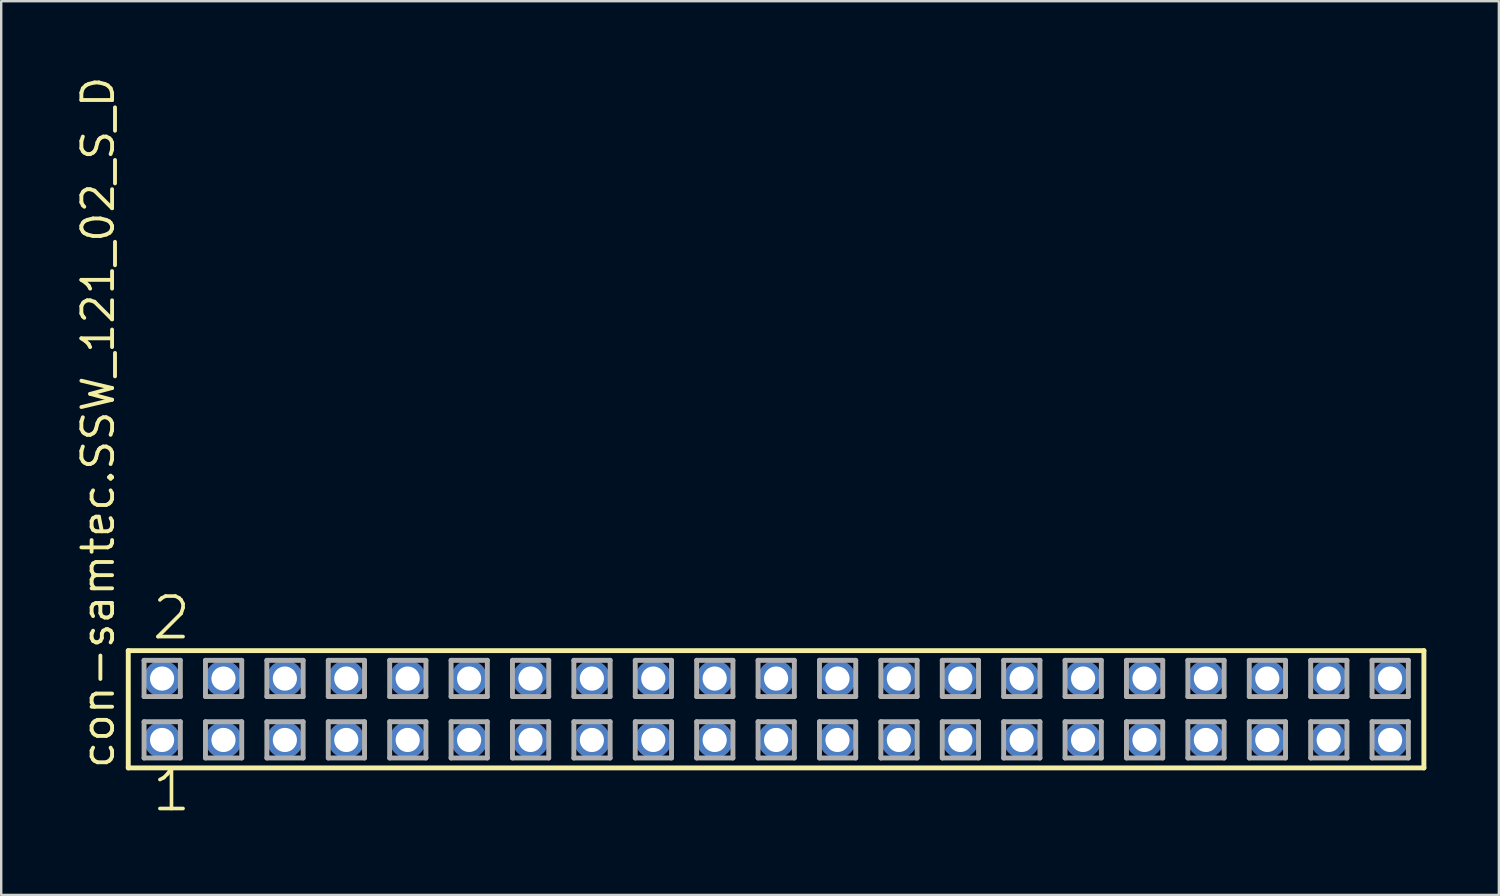
<source format=kicad_pcb>
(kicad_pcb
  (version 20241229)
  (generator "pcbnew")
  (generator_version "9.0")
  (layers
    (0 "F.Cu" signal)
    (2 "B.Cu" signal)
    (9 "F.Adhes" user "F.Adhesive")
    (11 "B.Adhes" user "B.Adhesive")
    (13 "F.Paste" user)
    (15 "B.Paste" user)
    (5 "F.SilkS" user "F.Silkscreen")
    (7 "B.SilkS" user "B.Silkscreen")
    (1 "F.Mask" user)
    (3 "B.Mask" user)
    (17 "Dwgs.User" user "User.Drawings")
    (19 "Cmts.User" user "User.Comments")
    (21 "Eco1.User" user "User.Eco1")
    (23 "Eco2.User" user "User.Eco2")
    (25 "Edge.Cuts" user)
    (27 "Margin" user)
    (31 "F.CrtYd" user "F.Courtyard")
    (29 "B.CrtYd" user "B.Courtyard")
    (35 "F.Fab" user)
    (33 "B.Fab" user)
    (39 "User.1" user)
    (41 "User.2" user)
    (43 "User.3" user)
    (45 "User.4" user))
  (footprint "con-samtec.SSW_121_02_S_D"
    (layer "F.Cu")
    (at 29.055 26.291)
    (property "Reference" "con-samtec.SSW_121_02_S_D" (at -27.305 2.54 90) (layer "F.SilkS") (effects (font (size 1.27 1.27) (thickness 0.16)) (justify left bottom)))
    (attr through_hole)
    (fp_line (start -26.799 -2.425) (end 26.799 -2.425) (stroke (width 0.203) (type default)) (layer "F.SilkS"))
    (fp_line (start -26.799 2.425) (end -26.799 -2.425) (stroke (width 0.203) (type default)) (layer "F.SilkS"))
    (fp_line (start 26.799 -2.425) (end 26.799 2.425) (stroke (width 0.203) (type default)) (layer "F.SilkS"))
    (fp_line (start 26.799 2.425) (end -26.799 2.425) (stroke (width 0.203) (type default)) (layer "F.SilkS"))
    (fp_line (start -26.145 -2.025) (end -24.645 -2.025) (stroke (width 0.203) (type default)) (layer "F.Fab"))
    (fp_line (start -26.145 -0.525) (end -26.145 -2.025) (stroke (width 0.203) (type default)) (layer "F.Fab"))
    (fp_line (start -26.145 0.515) (end -24.645 0.515) (stroke (width 0.203) (type default)) (layer "F.Fab"))
    (fp_line (start -26.145 2.015) (end -26.145 0.515) (stroke (width 0.203) (type default)) (layer "F.Fab"))
    (fp_line (start -24.645 -2.025) (end -24.645 -0.525) (stroke (width 0.203) (type default)) (layer "F.Fab"))
    (fp_line (start -24.645 -0.525) (end -26.145 -0.525) (stroke (width 0.203) (type default)) (layer "F.Fab"))
    (fp_line (start -24.645 0.515) (end -24.645 2.015) (stroke (width 0.203) (type default)) (layer "F.Fab"))
    (fp_line (start -24.645 2.015) (end -26.145 2.015) (stroke (width 0.203) (type default)) (layer "F.Fab"))
    (fp_line (start -23.605 -2.025) (end -22.105 -2.025) (stroke (width 0.203) (type default)) (layer "F.Fab"))
    (fp_line (start -23.605 -0.525) (end -23.605 -2.025) (stroke (width 0.203) (type default)) (layer "F.Fab"))
    (fp_line (start -23.605 0.515) (end -22.105 0.515) (stroke (width 0.203) (type default)) (layer "F.Fab"))
    (fp_line (start -23.605 2.015) (end -23.605 0.515) (stroke (width 0.203) (type default)) (layer "F.Fab"))
    (fp_line (start -22.105 -2.025) (end -22.105 -0.525) (stroke (width 0.203) (type default)) (layer "F.Fab"))
    (fp_line (start -22.105 -0.525) (end -23.605 -0.525) (stroke (width 0.203) (type default)) (layer "F.Fab"))
    (fp_line (start -22.105 0.515) (end -22.105 2.015) (stroke (width 0.203) (type default)) (layer "F.Fab"))
    (fp_line (start -22.105 2.015) (end -23.605 2.015) (stroke (width 0.203) (type default)) (layer "F.Fab"))
    (fp_line (start -21.065 -2.025) (end -19.565 -2.025) (stroke (width 0.203) (type default)) (layer "F.Fab"))
    (fp_line (start -21.065 -0.525) (end -21.065 -2.025) (stroke (width 0.203) (type default)) (layer "F.Fab"))
    (fp_line (start -21.065 0.515) (end -19.565 0.515) (stroke (width 0.203) (type default)) (layer "F.Fab"))
    (fp_line (start -21.065 2.015) (end -21.065 0.515) (stroke (width 0.203) (type default)) (layer "F.Fab"))
    (fp_line (start -19.565 -2.025) (end -19.565 -0.525) (stroke (width 0.203) (type default)) (layer "F.Fab"))
    (fp_line (start -19.565 -0.525) (end -21.065 -0.525) (stroke (width 0.203) (type default)) (layer "F.Fab"))
    (fp_line (start -19.565 0.515) (end -19.565 2.015) (stroke (width 0.203) (type default)) (layer "F.Fab"))
    (fp_line (start -19.565 2.015) (end -21.065 2.015) (stroke (width 0.203) (type default)) (layer "F.Fab"))
    (fp_line (start -18.525 -2.025) (end -17.025 -2.025) (stroke (width 0.203) (type default)) (layer "F.Fab"))
    (fp_line (start -18.525 -0.525) (end -18.525 -2.025) (stroke (width 0.203) (type default)) (layer "F.Fab"))
    (fp_line (start -18.525 0.515) (end -17.025 0.515) (stroke (width 0.203) (type default)) (layer "F.Fab"))
    (fp_line (start -18.525 2.015) (end -18.525 0.515) (stroke (width 0.203) (type default)) (layer "F.Fab"))
    (fp_line (start -17.025 -2.025) (end -17.025 -0.525) (stroke (width 0.203) (type default)) (layer "F.Fab"))
    (fp_line (start -17.025 -0.525) (end -18.525 -0.525) (stroke (width 0.203) (type default)) (layer "F.Fab"))
    (fp_line (start -17.025 0.515) (end -17.025 2.015) (stroke (width 0.203) (type default)) (layer "F.Fab"))
    (fp_line (start -17.025 2.015) (end -18.525 2.015) (stroke (width 0.203) (type default)) (layer "F.Fab"))
    (fp_line (start -15.985 -2.025) (end -14.485 -2.025) (stroke (width 0.203) (type default)) (layer "F.Fab"))
    (fp_line (start -15.985 -0.525) (end -15.985 -2.025) (stroke (width 0.203) (type default)) (layer "F.Fab"))
    (fp_line (start -15.985 0.515) (end -14.485 0.515) (stroke (width 0.203) (type default)) (layer "F.Fab"))
    (fp_line (start -15.985 2.015) (end -15.985 0.515) (stroke (width 0.203) (type default)) (layer "F.Fab"))
    (fp_line (start -14.485 -2.025) (end -14.485 -0.525) (stroke (width 0.203) (type default)) (layer "F.Fab"))
    (fp_line (start -14.485 -0.525) (end -15.985 -0.525) (stroke (width 0.203) (type default)) (layer "F.Fab"))
    (fp_line (start -14.485 0.515) (end -14.485 2.015) (stroke (width 0.203) (type default)) (layer "F.Fab"))
    (fp_line (start -14.485 2.015) (end -15.985 2.015) (stroke (width 0.203) (type default)) (layer "F.Fab"))
    (fp_line (start -13.445 -2.025) (end -11.945 -2.025) (stroke (width 0.203) (type default)) (layer "F.Fab"))
    (fp_line (start -13.445 -0.525) (end -13.445 -2.025) (stroke (width 0.203) (type default)) (layer "F.Fab"))
    (fp_line (start -13.445 0.515) (end -11.945 0.515) (stroke (width 0.203) (type default)) (layer "F.Fab"))
    (fp_line (start -13.445 2.015) (end -13.445 0.515) (stroke (width 0.203) (type default)) (layer "F.Fab"))
    (fp_line (start -11.945 -2.025) (end -11.945 -0.525) (stroke (width 0.203) (type default)) (layer "F.Fab"))
    (fp_line (start -11.945 -0.525) (end -13.445 -0.525) (stroke (width 0.203) (type default)) (layer "F.Fab"))
    (fp_line (start -11.945 0.515) (end -11.945 2.015) (stroke (width 0.203) (type default)) (layer "F.Fab"))
    (fp_line (start -11.945 2.015) (end -13.445 2.015) (stroke (width 0.203) (type default)) (layer "F.Fab"))
    (fp_line (start -10.905 -2.025) (end -9.405 -2.025) (stroke (width 0.203) (type default)) (layer "F.Fab"))
    (fp_line (start -10.905 -0.525) (end -10.905 -2.025) (stroke (width 0.203) (type default)) (layer "F.Fab"))
    (fp_line (start -10.905 0.515) (end -9.405 0.515) (stroke (width 0.203) (type default)) (layer "F.Fab"))
    (fp_line (start -10.905 2.015) (end -10.905 0.515) (stroke (width 0.203) (type default)) (layer "F.Fab"))
    (fp_line (start -9.405 -2.025) (end -9.405 -0.525) (stroke (width 0.203) (type default)) (layer "F.Fab"))
    (fp_line (start -9.405 -0.525) (end -10.905 -0.525) (stroke (width 0.203) (type default)) (layer "F.Fab"))
    (fp_line (start -9.405 0.515) (end -9.405 2.015) (stroke (width 0.203) (type default)) (layer "F.Fab"))
    (fp_line (start -9.405 2.015) (end -10.905 2.015) (stroke (width 0.203) (type default)) (layer "F.Fab"))
    (fp_line (start -8.365 -2.025) (end -6.865 -2.025) (stroke (width 0.203) (type default)) (layer "F.Fab"))
    (fp_line (start -8.365 -0.525) (end -8.365 -2.025) (stroke (width 0.203) (type default)) (layer "F.Fab"))
    (fp_line (start -8.365 0.515) (end -6.865 0.515) (stroke (width 0.203) (type default)) (layer "F.Fab"))
    (fp_line (start -8.365 2.015) (end -8.365 0.515) (stroke (width 0.203) (type default)) (layer "F.Fab"))
    (fp_line (start -6.865 -2.025) (end -6.865 -0.525) (stroke (width 0.203) (type default)) (layer "F.Fab"))
    (fp_line (start -6.865 -0.525) (end -8.365 -0.525) (stroke (width 0.203) (type default)) (layer "F.Fab"))
    (fp_line (start -6.865 0.515) (end -6.865 2.015) (stroke (width 0.203) (type default)) (layer "F.Fab"))
    (fp_line (start -6.865 2.015) (end -8.365 2.015) (stroke (width 0.203) (type default)) (layer "F.Fab"))
    (fp_line (start -5.825 -2.025) (end -4.325 -2.025) (stroke (width 0.203) (type default)) (layer "F.Fab"))
    (fp_line (start -5.825 -0.525) (end -5.825 -2.025) (stroke (width 0.203) (type default)) (layer "F.Fab"))
    (fp_line (start -5.825 0.515) (end -4.325 0.515) (stroke (width 0.203) (type default)) (layer "F.Fab"))
    (fp_line (start -5.825 2.015) (end -5.825 0.515) (stroke (width 0.203) (type default)) (layer "F.Fab"))
    (fp_line (start -4.325 -2.025) (end -4.325 -0.525) (stroke (width 0.203) (type default)) (layer "F.Fab"))
    (fp_line (start -4.325 -0.525) (end -5.825 -0.525) (stroke (width 0.203) (type default)) (layer "F.Fab"))
    (fp_line (start -4.325 0.515) (end -4.325 2.015) (stroke (width 0.203) (type default)) (layer "F.Fab"))
    (fp_line (start -4.325 2.015) (end -5.825 2.015) (stroke (width 0.203) (type default)) (layer "F.Fab"))
    (fp_line (start -3.285 -2.025) (end -1.785 -2.025) (stroke (width 0.203) (type default)) (layer "F.Fab"))
    (fp_line (start -3.285 -0.525) (end -3.285 -2.025) (stroke (width 0.203) (type default)) (layer "F.Fab"))
    (fp_line (start -3.285 0.515) (end -1.785 0.515) (stroke (width 0.203) (type default)) (layer "F.Fab"))
    (fp_line (start -3.285 2.015) (end -3.285 0.515) (stroke (width 0.203) (type default)) (layer "F.Fab"))
    (fp_line (start -1.785 -2.025) (end -1.785 -0.525) (stroke (width 0.203) (type default)) (layer "F.Fab"))
    (fp_line (start -1.785 -0.525) (end -3.285 -0.525) (stroke (width 0.203) (type default)) (layer "F.Fab"))
    (fp_line (start -1.785 0.515) (end -1.785 2.015) (stroke (width 0.203) (type default)) (layer "F.Fab"))
    (fp_line (start -1.785 2.015) (end -3.285 2.015) (stroke (width 0.203) (type default)) (layer "F.Fab"))
    (fp_line (start -0.745 -2.025) (end 0.755 -2.025) (stroke (width 0.203) (type default)) (layer "F.Fab"))
    (fp_line (start -0.745 -0.525) (end -0.745 -2.025) (stroke (width 0.203) (type default)) (layer "F.Fab"))
    (fp_line (start -0.745 0.515) (end 0.755 0.515) (stroke (width 0.203) (type default)) (layer "F.Fab"))
    (fp_line (start -0.745 2.015) (end -0.745 0.515) (stroke (width 0.203) (type default)) (layer "F.Fab"))
    (fp_line (start 0.755 -2.025) (end 0.755 -0.525) (stroke (width 0.203) (type default)) (layer "F.Fab"))
    (fp_line (start 0.755 -0.525) (end -0.745 -0.525) (stroke (width 0.203) (type default)) (layer "F.Fab"))
    (fp_line (start 0.755 0.515) (end 0.755 2.015) (stroke (width 0.203) (type default)) (layer "F.Fab"))
    (fp_line (start 0.755 2.015) (end -0.745 2.015) (stroke (width 0.203) (type default)) (layer "F.Fab"))
    (fp_line (start 1.795 -2.025) (end 3.295 -2.025) (stroke (width 0.203) (type default)) (layer "F.Fab"))
    (fp_line (start 1.795 -0.525) (end 1.795 -2.025) (stroke (width 0.203) (type default)) (layer "F.Fab"))
    (fp_line (start 1.795 0.515) (end 3.295 0.515) (stroke (width 0.203) (type default)) (layer "F.Fab"))
    (fp_line (start 1.795 2.015) (end 1.795 0.515) (stroke (width 0.203) (type default)) (layer "F.Fab"))
    (fp_line (start 3.295 -2.025) (end 3.295 -0.525) (stroke (width 0.203) (type default)) (layer "F.Fab"))
    (fp_line (start 3.295 -0.525) (end 1.795 -0.525) (stroke (width 0.203) (type default)) (layer "F.Fab"))
    (fp_line (start 3.295 0.515) (end 3.295 2.015) (stroke (width 0.203) (type default)) (layer "F.Fab"))
    (fp_line (start 3.295 2.015) (end 1.795 2.015) (stroke (width 0.203) (type default)) (layer "F.Fab"))
    (fp_line (start 4.335 -2.025) (end 5.835 -2.025) (stroke (width 0.203) (type default)) (layer "F.Fab"))
    (fp_line (start 4.335 -0.525) (end 4.335 -2.025) (stroke (width 0.203) (type default)) (layer "F.Fab"))
    (fp_line (start 4.335 0.515) (end 5.835 0.515) (stroke (width 0.203) (type default)) (layer "F.Fab"))
    (fp_line (start 4.335 2.015) (end 4.335 0.515) (stroke (width 0.203) (type default)) (layer "F.Fab"))
    (fp_line (start 5.835 -2.025) (end 5.835 -0.525) (stroke (width 0.203) (type default)) (layer "F.Fab"))
    (fp_line (start 5.835 -0.525) (end 4.335 -0.525) (stroke (width 0.203) (type default)) (layer "F.Fab"))
    (fp_line (start 5.835 0.515) (end 5.835 2.015) (stroke (width 0.203) (type default)) (layer "F.Fab"))
    (fp_line (start 5.835 2.015) (end 4.335 2.015) (stroke (width 0.203) (type default)) (layer "F.Fab"))
    (fp_line (start 6.875 -2.025) (end 8.375 -2.025) (stroke (width 0.203) (type default)) (layer "F.Fab"))
    (fp_line (start 6.875 -0.525) (end 6.875 -2.025) (stroke (width 0.203) (type default)) (layer "F.Fab"))
    (fp_line (start 6.875 0.515) (end 8.375 0.515) (stroke (width 0.203) (type default)) (layer "F.Fab"))
    (fp_line (start 6.875 2.015) (end 6.875 0.515) (stroke (width 0.203) (type default)) (layer "F.Fab"))
    (fp_line (start 8.375 -2.025) (end 8.375 -0.525) (stroke (width 0.203) (type default)) (layer "F.Fab"))
    (fp_line (start 8.375 -0.525) (end 6.875 -0.525) (stroke (width 0.203) (type default)) (layer "F.Fab"))
    (fp_line (start 8.375 0.515) (end 8.375 2.015) (stroke (width 0.203) (type default)) (layer "F.Fab"))
    (fp_line (start 8.375 2.015) (end 6.875 2.015) (stroke (width 0.203) (type default)) (layer "F.Fab"))
    (fp_line (start 9.415 -2.025) (end 10.915 -2.025) (stroke (width 0.203) (type default)) (layer "F.Fab"))
    (fp_line (start 9.415 -0.525) (end 9.415 -2.025) (stroke (width 0.203) (type default)) (layer "F.Fab"))
    (fp_line (start 9.415 0.515) (end 10.915 0.515) (stroke (width 0.203) (type default)) (layer "F.Fab"))
    (fp_line (start 9.415 2.015) (end 9.415 0.515) (stroke (width 0.203) (type default)) (layer "F.Fab"))
    (fp_line (start 10.915 -2.025) (end 10.915 -0.525) (stroke (width 0.203) (type default)) (layer "F.Fab"))
    (fp_line (start 10.915 -0.525) (end 9.415 -0.525) (stroke (width 0.203) (type default)) (layer "F.Fab"))
    (fp_line (start 10.915 0.515) (end 10.915 2.015) (stroke (width 0.203) (type default)) (layer "F.Fab"))
    (fp_line (start 10.915 2.015) (end 9.415 2.015) (stroke (width 0.203) (type default)) (layer "F.Fab"))
    (fp_line (start 11.955 -2.025) (end 13.455 -2.025) (stroke (width 0.203) (type default)) (layer "F.Fab"))
    (fp_line (start 11.955 -0.525) (end 11.955 -2.025) (stroke (width 0.203) (type default)) (layer "F.Fab"))
    (fp_line (start 11.955 0.515) (end 13.455 0.515) (stroke (width 0.203) (type default)) (layer "F.Fab"))
    (fp_line (start 11.955 2.015) (end 11.955 0.515) (stroke (width 0.203) (type default)) (layer "F.Fab"))
    (fp_line (start 13.455 -2.025) (end 13.455 -0.525) (stroke (width 0.203) (type default)) (layer "F.Fab"))
    (fp_line (start 13.455 -0.525) (end 11.955 -0.525) (stroke (width 0.203) (type default)) (layer "F.Fab"))
    (fp_line (start 13.455 0.515) (end 13.455 2.015) (stroke (width 0.203) (type default)) (layer "F.Fab"))
    (fp_line (start 13.455 2.015) (end 11.955 2.015) (stroke (width 0.203) (type default)) (layer "F.Fab"))
    (fp_line (start 14.495 -2.025) (end 15.995 -2.025) (stroke (width 0.203) (type default)) (layer "F.Fab"))
    (fp_line (start 14.495 -0.525) (end 14.495 -2.025) (stroke (width 0.203) (type default)) (layer "F.Fab"))
    (fp_line (start 14.495 0.515) (end 15.995 0.515) (stroke (width 0.203) (type default)) (layer "F.Fab"))
    (fp_line (start 14.495 2.015) (end 14.495 0.515) (stroke (width 0.203) (type default)) (layer "F.Fab"))
    (fp_line (start 15.995 -2.025) (end 15.995 -0.525) (stroke (width 0.203) (type default)) (layer "F.Fab"))
    (fp_line (start 15.995 -0.525) (end 14.495 -0.525) (stroke (width 0.203) (type default)) (layer "F.Fab"))
    (fp_line (start 15.995 0.515) (end 15.995 2.015) (stroke (width 0.203) (type default)) (layer "F.Fab"))
    (fp_line (start 15.995 2.015) (end 14.495 2.015) (stroke (width 0.203) (type default)) (layer "F.Fab"))
    (fp_line (start 17.035 -2.025) (end 18.535 -2.025) (stroke (width 0.203) (type default)) (layer "F.Fab"))
    (fp_line (start 17.035 -0.525) (end 17.035 -2.025) (stroke (width 0.203) (type default)) (layer "F.Fab"))
    (fp_line (start 17.035 0.515) (end 18.535 0.515) (stroke (width 0.203) (type default)) (layer "F.Fab"))
    (fp_line (start 17.035 2.015) (end 17.035 0.515) (stroke (width 0.203) (type default)) (layer "F.Fab"))
    (fp_line (start 18.535 -2.025) (end 18.535 -0.525) (stroke (width 0.203) (type default)) (layer "F.Fab"))
    (fp_line (start 18.535 -0.525) (end 17.035 -0.525) (stroke (width 0.203) (type default)) (layer "F.Fab"))
    (fp_line (start 18.535 0.515) (end 18.535 2.015) (stroke (width 0.203) (type default)) (layer "F.Fab"))
    (fp_line (start 18.535 2.015) (end 17.035 2.015) (stroke (width 0.203) (type default)) (layer "F.Fab"))
    (fp_line (start 19.575 -2.025) (end 21.075 -2.025) (stroke (width 0.203) (type default)) (layer "F.Fab"))
    (fp_line (start 19.575 -0.525) (end 19.575 -2.025) (stroke (width 0.203) (type default)) (layer "F.Fab"))
    (fp_line (start 19.575 0.515) (end 21.075 0.515) (stroke (width 0.203) (type default)) (layer "F.Fab"))
    (fp_line (start 19.575 2.015) (end 19.575 0.515) (stroke (width 0.203) (type default)) (layer "F.Fab"))
    (fp_line (start 21.075 -2.025) (end 21.075 -0.525) (stroke (width 0.203) (type default)) (layer "F.Fab"))
    (fp_line (start 21.075 -0.525) (end 19.575 -0.525) (stroke (width 0.203) (type default)) (layer "F.Fab"))
    (fp_line (start 21.075 0.515) (end 21.075 2.015) (stroke (width 0.203) (type default)) (layer "F.Fab"))
    (fp_line (start 21.075 2.015) (end 19.575 2.015) (stroke (width 0.203) (type default)) (layer "F.Fab"))
    (fp_line (start 22.115 -2.025) (end 23.615 -2.025) (stroke (width 0.203) (type default)) (layer "F.Fab"))
    (fp_line (start 22.115 -0.525) (end 22.115 -2.025) (stroke (width 0.203) (type default)) (layer "F.Fab"))
    (fp_line (start 22.115 0.515) (end 23.615 0.515) (stroke (width 0.203) (type default)) (layer "F.Fab"))
    (fp_line (start 22.115 2.015) (end 22.115 0.515) (stroke (width 0.203) (type default)) (layer "F.Fab"))
    (fp_line (start 23.615 -2.025) (end 23.615 -0.525) (stroke (width 0.203) (type default)) (layer "F.Fab"))
    (fp_line (start 23.615 -0.525) (end 22.115 -0.525) (stroke (width 0.203) (type default)) (layer "F.Fab"))
    (fp_line (start 23.615 0.515) (end 23.615 2.015) (stroke (width 0.203) (type default)) (layer "F.Fab"))
    (fp_line (start 23.615 2.015) (end 22.115 2.015) (stroke (width 0.203) (type default)) (layer "F.Fab"))
    (fp_line (start 24.655 -2.025) (end 26.155 -2.025) (stroke (width 0.203) (type default)) (layer "F.Fab"))
    (fp_line (start 24.655 -0.525) (end 24.655 -2.025) (stroke (width 0.203) (type default)) (layer "F.Fab"))
    (fp_line (start 24.655 0.515) (end 26.155 0.515) (stroke (width 0.203) (type default)) (layer "F.Fab"))
    (fp_line (start 24.655 2.015) (end 24.655 0.515) (stroke (width 0.203) (type default)) (layer "F.Fab"))
    (fp_line (start 26.155 -2.025) (end 26.155 -0.525) (stroke (width 0.203) (type default)) (layer "F.Fab"))
    (fp_line (start 26.155 -0.525) (end 24.655 -0.525) (stroke (width 0.203) (type default)) (layer "F.Fab"))
    (fp_line (start 26.155 0.515) (end 26.155 2.015) (stroke (width 0.203) (type default)) (layer "F.Fab"))
    (fp_line (start 26.155 2.015) (end 24.655 2.015) (stroke (width 0.203) (type default)) (layer "F.Fab"))
    (fp_text user "1" (at -25.908 4.318 0) (layer "F.SilkS") (effects (font (size 1.676 1.676) (thickness 0.15)) (justify left bottom)))
    (fp_text user "2" (at -25.908 -2.794 0) (layer "F.SilkS") (effects (font (size 1.676 1.676) (thickness 0.15)) (justify left bottom)))
    (pad "1" thru_hole circle (at -25.4 1.27) (size 1.5 1.5) (drill 1) (layers "*.Cu" "*.Mask"))
    (pad "2" thru_hole circle (at -25.4 -1.27) (size 1.5 1.5) (drill 1) (layers "*.Cu" "*.Mask"))
    (pad "3" thru_hole circle (at -22.86 1.27) (size 1.5 1.5) (drill 1) (layers "*.Cu" "*.Mask"))
    (pad "4" thru_hole circle (at -22.86 -1.27) (size 1.5 1.5) (drill 1) (layers "*.Cu" "*.Mask"))
    (pad "5" thru_hole circle (at -20.32 1.27) (size 1.5 1.5) (drill 1) (layers "*.Cu" "*.Mask"))
    (pad "6" thru_hole circle (at -20.32 -1.27) (size 1.5 1.5) (drill 1) (layers "*.Cu" "*.Mask"))
    (pad "7" thru_hole circle (at -17.78 1.27) (size 1.5 1.5) (drill 1) (layers "*.Cu" "*.Mask"))
    (pad "8" thru_hole circle (at -17.78 -1.27) (size 1.5 1.5) (drill 1) (layers "*.Cu" "*.Mask"))
    (pad "9" thru_hole circle (at -15.24 1.27) (size 1.5 1.5) (drill 1) (layers "*.Cu" "*.Mask"))
    (pad "10" thru_hole circle (at -15.24 -1.27) (size 1.5 1.5) (drill 1) (layers "*.Cu" "*.Mask"))
    (pad "11" thru_hole circle (at -12.7 1.27) (size 1.5 1.5) (drill 1) (layers "*.Cu" "*.Mask"))
    (pad "12" thru_hole circle (at -12.7 -1.27) (size 1.5 1.5) (drill 1) (layers "*.Cu" "*.Mask"))
    (pad "13" thru_hole circle (at -10.16 1.27) (size 1.5 1.5) (drill 1) (layers "*.Cu" "*.Mask"))
    (pad "14" thru_hole circle (at -10.16 -1.27) (size 1.5 1.5) (drill 1) (layers "*.Cu" "*.Mask"))
    (pad "15" thru_hole circle (at -7.62 1.27) (size 1.5 1.5) (drill 1) (layers "*.Cu" "*.Mask"))
    (pad "16" thru_hole circle (at -7.62 -1.27) (size 1.5 1.5) (drill 1) (layers "*.Cu" "*.Mask"))
    (pad "17" thru_hole circle (at -5.08 1.27) (size 1.5 1.5) (drill 1) (layers "*.Cu" "*.Mask"))
    (pad "18" thru_hole circle (at -5.08 -1.27) (size 1.5 1.5) (drill 1) (layers "*.Cu" "*.Mask"))
    (pad "19" thru_hole circle (at -2.54 1.27) (size 1.5 1.5) (drill 1) (layers "*.Cu" "*.Mask"))
    (pad "20" thru_hole circle (at -2.54 -1.27) (size 1.5 1.5) (drill 1) (layers "*.Cu" "*.Mask"))
    (pad "21" thru_hole circle (at 0 1.27) (size 1.5 1.5) (drill 1) (layers "*.Cu" "*.Mask"))
    (pad "22" thru_hole circle (at 0 -1.27) (size 1.5 1.5) (drill 1) (layers "*.Cu" "*.Mask"))
    (pad "23" thru_hole circle (at 2.54 1.27) (size 1.5 1.5) (drill 1) (layers "*.Cu" "*.Mask"))
    (pad "24" thru_hole circle (at 2.54 -1.27) (size 1.5 1.5) (drill 1) (layers "*.Cu" "*.Mask"))
    (pad "25" thru_hole circle (at 5.08 1.27) (size 1.5 1.5) (drill 1) (layers "*.Cu" "*.Mask"))
    (pad "26" thru_hole circle (at 5.08 -1.27) (size 1.5 1.5) (drill 1) (layers "*.Cu" "*.Mask"))
    (pad "27" thru_hole circle (at 7.62 1.27) (size 1.5 1.5) (drill 1) (layers "*.Cu" "*.Mask"))
    (pad "28" thru_hole circle (at 7.62 -1.27) (size 1.5 1.5) (drill 1) (layers "*.Cu" "*.Mask"))
    (pad "29" thru_hole circle (at 10.16 1.27) (size 1.5 1.5) (drill 1) (layers "*.Cu" "*.Mask"))
    (pad "30" thru_hole circle (at 10.16 -1.27) (size 1.5 1.5) (drill 1) (layers "*.Cu" "*.Mask"))
    (pad "31" thru_hole circle (at 12.7 1.27) (size 1.5 1.5) (drill 1) (layers "*.Cu" "*.Mask"))
    (pad "32" thru_hole circle (at 12.7 -1.27) (size 1.5 1.5) (drill 1) (layers "*.Cu" "*.Mask"))
    (pad "33" thru_hole circle (at 15.24 1.27) (size 1.5 1.5) (drill 1) (layers "*.Cu" "*.Mask"))
    (pad "34" thru_hole circle (at 15.24 -1.27) (size 1.5 1.5) (drill 1) (layers "*.Cu" "*.Mask"))
    (pad "35" thru_hole circle (at 17.78 1.27) (size 1.5 1.5) (drill 1) (layers "*.Cu" "*.Mask"))
    (pad "36" thru_hole circle (at 17.78 -1.27) (size 1.5 1.5) (drill 1) (layers "*.Cu" "*.Mask"))
    (pad "37" thru_hole circle (at 20.32 1.27) (size 1.5 1.5) (drill 1) (layers "*.Cu" "*.Mask"))
    (pad "38" thru_hole circle (at 20.32 -1.27) (size 1.5 1.5) (drill 1) (layers "*.Cu" "*.Mask"))
    (pad "39" thru_hole circle (at 22.86 1.27) (size 1.5 1.5) (drill 1) (layers "*.Cu" "*.Mask"))
    (pad "40" thru_hole circle (at 22.86 -1.27) (size 1.5 1.5) (drill 1) (layers "*.Cu" "*.Mask"))
    (pad "41" thru_hole circle (at 25.4 1.27) (size 1.5 1.5) (drill 1) (layers "*.Cu" "*.Mask"))
    (pad "42" thru_hole circle (at 25.4 -1.27) (size 1.5 1.5) (drill 1) (layers "*.Cu" "*.Mask")))
  (gr_rect
    (start -3 -3)
    (end 58.956 33.971)
    (stroke (width 0.1) (type default))
    (fill no)
    (layer "Edge.Cuts")))
</source>
